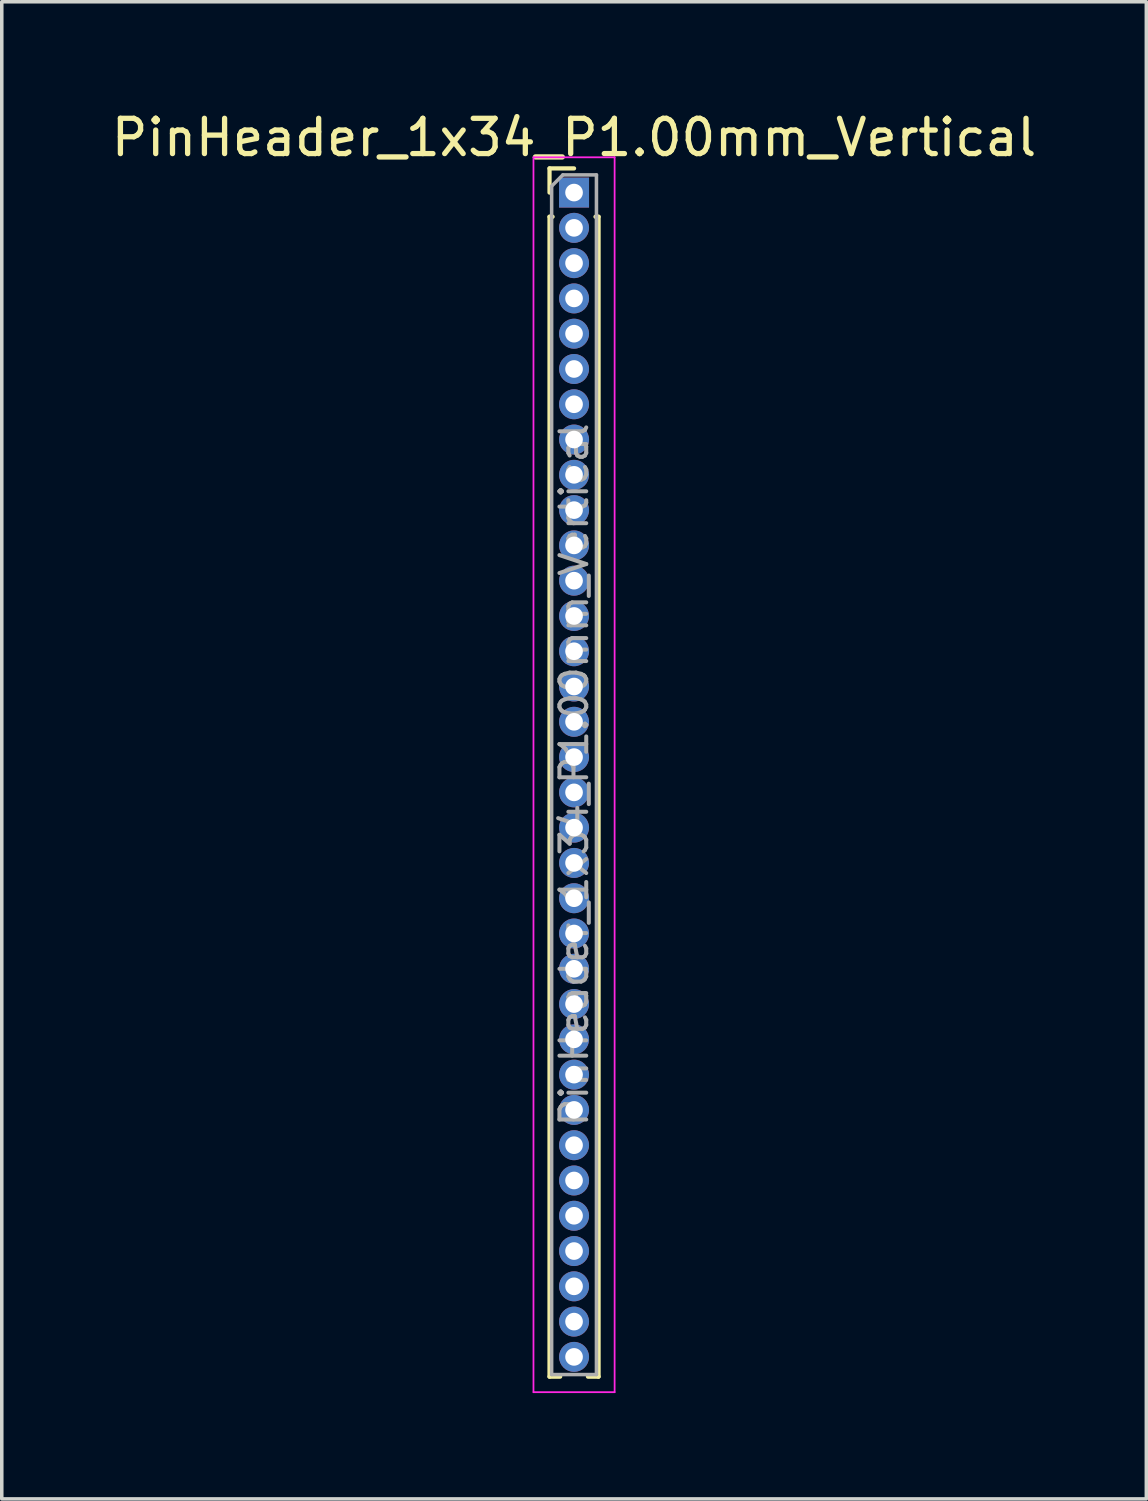
<source format=kicad_pcb>
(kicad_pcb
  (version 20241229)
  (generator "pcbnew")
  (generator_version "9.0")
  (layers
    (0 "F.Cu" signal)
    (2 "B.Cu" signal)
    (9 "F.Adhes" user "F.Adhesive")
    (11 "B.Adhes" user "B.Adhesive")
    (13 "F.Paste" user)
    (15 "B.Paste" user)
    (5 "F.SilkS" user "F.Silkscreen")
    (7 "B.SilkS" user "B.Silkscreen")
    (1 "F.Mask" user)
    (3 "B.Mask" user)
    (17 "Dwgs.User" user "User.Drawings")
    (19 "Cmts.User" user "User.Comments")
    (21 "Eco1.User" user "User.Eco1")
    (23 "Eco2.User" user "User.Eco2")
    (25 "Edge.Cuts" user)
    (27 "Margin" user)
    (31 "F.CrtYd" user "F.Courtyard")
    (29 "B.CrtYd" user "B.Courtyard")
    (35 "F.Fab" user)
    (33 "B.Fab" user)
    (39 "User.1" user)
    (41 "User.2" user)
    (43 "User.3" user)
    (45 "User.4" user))
  (footprint "PinHeader_1x34_P1.00mm_Vertical"
    (layer "F.Cu")
    (at 13.22 2.408)
    (property "Reference" "PinHeader_1x34_P1.00mm_Vertical" (at 0 -1.56 0) (layer "F.SilkS") (effects (font (size 1 1) (thickness 0.15))))
    (attr through_hole)
    (fp_line (start -0.695 -0.685) (end 0 -0.685) (stroke (width 0.12) (type solid)) (layer "F.SilkS"))
    (fp_line (start -0.695 0) (end -0.695 -0.685) (stroke (width 0.12) (type solid)) (layer "F.SilkS"))
    (fp_line (start -0.695 0.685) (end -0.695 33.56) (stroke (width 0.12) (type solid)) (layer "F.SilkS"))
    (fp_line (start -0.695 0.685) (end -0.608 0.685) (stroke (width 0.12) (type solid)) (layer "F.SilkS"))
    (fp_line (start -0.695 33.56) (end -0.394 33.56) (stroke (width 0.12) (type solid)) (layer "F.SilkS"))
    (fp_line (start 0.394 33.56) (end 0.695 33.56) (stroke (width 0.12) (type solid)) (layer "F.SilkS"))
    (fp_line (start 0.608 0.685) (end 0.695 0.685) (stroke (width 0.12) (type solid)) (layer "F.SilkS"))
    (fp_line (start 0.695 0.685) (end 0.695 33.56) (stroke (width 0.12) (type solid)) (layer "F.SilkS"))
    (fp_line (start -1.15 -1) (end -1.15 34) (stroke (width 0.05) (type solid)) (layer "F.CrtYd"))
    (fp_line (start -1.15 34) (end 1.15 34) (stroke (width 0.05) (type solid)) (layer "F.CrtYd"))
    (fp_line (start 1.15 -1) (end -1.15 -1) (stroke (width 0.05) (type solid)) (layer "F.CrtYd"))
    (fp_line (start 1.15 34) (end 1.15 -1) (stroke (width 0.05) (type solid)) (layer "F.CrtYd"))
    (fp_line (start -0.635 -0.182) (end -0.318 -0.5) (stroke (width 0.1) (type solid)) (layer "F.Fab"))
    (fp_line (start -0.635 33.5) (end -0.635 -0.182) (stroke (width 0.1) (type solid)) (layer "F.Fab"))
    (fp_line (start -0.318 -0.5) (end 0.635 -0.5) (stroke (width 0.1) (type solid)) (layer "F.Fab"))
    (fp_line (start 0.635 -0.5) (end 0.635 33.5) (stroke (width 0.1) (type solid)) (layer "F.Fab"))
    (fp_line (start 0.635 33.5) (end -0.635 33.5) (stroke (width 0.1) (type solid)) (layer "F.Fab"))
    (fp_text user "${REFERENCE}" (at 0 16.5 90) (layer "F.Fab") (effects (font (size 0.76 0.76) (thickness 0.114))))
    (pad "1" thru_hole rect (at 0 0) (size 0.85 0.85) (drill 0.5) (layers "*.Cu" "*.Mask"))
    (pad "2" thru_hole oval (at 0 1) (size 0.85 0.85) (drill 0.5) (layers "*.Cu" "*.Mask"))
    (pad "3" thru_hole oval (at 0 2) (size 0.85 0.85) (drill 0.5) (layers "*.Cu" "*.Mask"))
    (pad "4" thru_hole oval (at 0 3) (size 0.85 0.85) (drill 0.5) (layers "*.Cu" "*.Mask"))
    (pad "5" thru_hole oval (at 0 4) (size 0.85 0.85) (drill 0.5) (layers "*.Cu" "*.Mask"))
    (pad "6" thru_hole oval (at 0 5) (size 0.85 0.85) (drill 0.5) (layers "*.Cu" "*.Mask"))
    (pad "7" thru_hole oval (at 0 6) (size 0.85 0.85) (drill 0.5) (layers "*.Cu" "*.Mask"))
    (pad "8" thru_hole oval (at 0 7) (size 0.85 0.85) (drill 0.5) (layers "*.Cu" "*.Mask"))
    (pad "9" thru_hole oval (at 0 8) (size 0.85 0.85) (drill 0.5) (layers "*.Cu" "*.Mask"))
    (pad "10" thru_hole oval (at 0 9) (size 0.85 0.85) (drill 0.5) (layers "*.Cu" "*.Mask"))
    (pad "11" thru_hole oval (at 0 10) (size 0.85 0.85) (drill 0.5) (layers "*.Cu" "*.Mask"))
    (pad "12" thru_hole oval (at 0 11) (size 0.85 0.85) (drill 0.5) (layers "*.Cu" "*.Mask"))
    (pad "13" thru_hole oval (at 0 12) (size 0.85 0.85) (drill 0.5) (layers "*.Cu" "*.Mask"))
    (pad "14" thru_hole oval (at 0 13) (size 0.85 0.85) (drill 0.5) (layers "*.Cu" "*.Mask"))
    (pad "15" thru_hole oval (at 0 14) (size 0.85 0.85) (drill 0.5) (layers "*.Cu" "*.Mask"))
    (pad "16" thru_hole oval (at 0 15) (size 0.85 0.85) (drill 0.5) (layers "*.Cu" "*.Mask"))
    (pad "17" thru_hole oval (at 0 16) (size 0.85 0.85) (drill 0.5) (layers "*.Cu" "*.Mask"))
    (pad "18" thru_hole oval (at 0 17) (size 0.85 0.85) (drill 0.5) (layers "*.Cu" "*.Mask"))
    (pad "19" thru_hole oval (at 0 18) (size 0.85 0.85) (drill 0.5) (layers "*.Cu" "*.Mask"))
    (pad "20" thru_hole oval (at 0 19) (size 0.85 0.85) (drill 0.5) (layers "*.Cu" "*.Mask"))
    (pad "21" thru_hole oval (at 0 20) (size 0.85 0.85) (drill 0.5) (layers "*.Cu" "*.Mask"))
    (pad "22" thru_hole oval (at 0 21) (size 0.85 0.85) (drill 0.5) (layers "*.Cu" "*.Mask"))
    (pad "23" thru_hole oval (at 0 22) (size 0.85 0.85) (drill 0.5) (layers "*.Cu" "*.Mask"))
    (pad "24" thru_hole oval (at 0 23) (size 0.85 0.85) (drill 0.5) (layers "*.Cu" "*.Mask"))
    (pad "25" thru_hole oval (at 0 24) (size 0.85 0.85) (drill 0.5) (layers "*.Cu" "*.Mask"))
    (pad "26" thru_hole oval (at 0 25) (size 0.85 0.85) (drill 0.5) (layers "*.Cu" "*.Mask"))
    (pad "27" thru_hole oval (at 0 26) (size 0.85 0.85) (drill 0.5) (layers "*.Cu" "*.Mask"))
    (pad "28" thru_hole oval (at 0 27) (size 0.85 0.85) (drill 0.5) (layers "*.Cu" "*.Mask"))
    (pad "29" thru_hole oval (at 0 28) (size 0.85 0.85) (drill 0.5) (layers "*.Cu" "*.Mask"))
    (pad "30" thru_hole oval (at 0 29) (size 0.85 0.85) (drill 0.5) (layers "*.Cu" "*.Mask"))
    (pad "31" thru_hole oval (at 0 30) (size 0.85 0.85) (drill 0.5) (layers "*.Cu" "*.Mask"))
    (pad "32" thru_hole oval (at 0 31) (size 0.85 0.85) (drill 0.5) (layers "*.Cu" "*.Mask"))
    (pad "33" thru_hole oval (at 0 32) (size 0.85 0.85) (drill 0.5) (layers "*.Cu" "*.Mask"))
    (pad "34" thru_hole oval (at 0 33) (size 0.85 0.85) (drill 0.5) (layers "*.Cu" "*.Mask")))
  (gr_rect
    (start -3 -3)
    (end 29.44 39.433)
    (stroke (width 0.1) (type default))
    (fill no)
    (layer "Edge.Cuts")))
</source>
